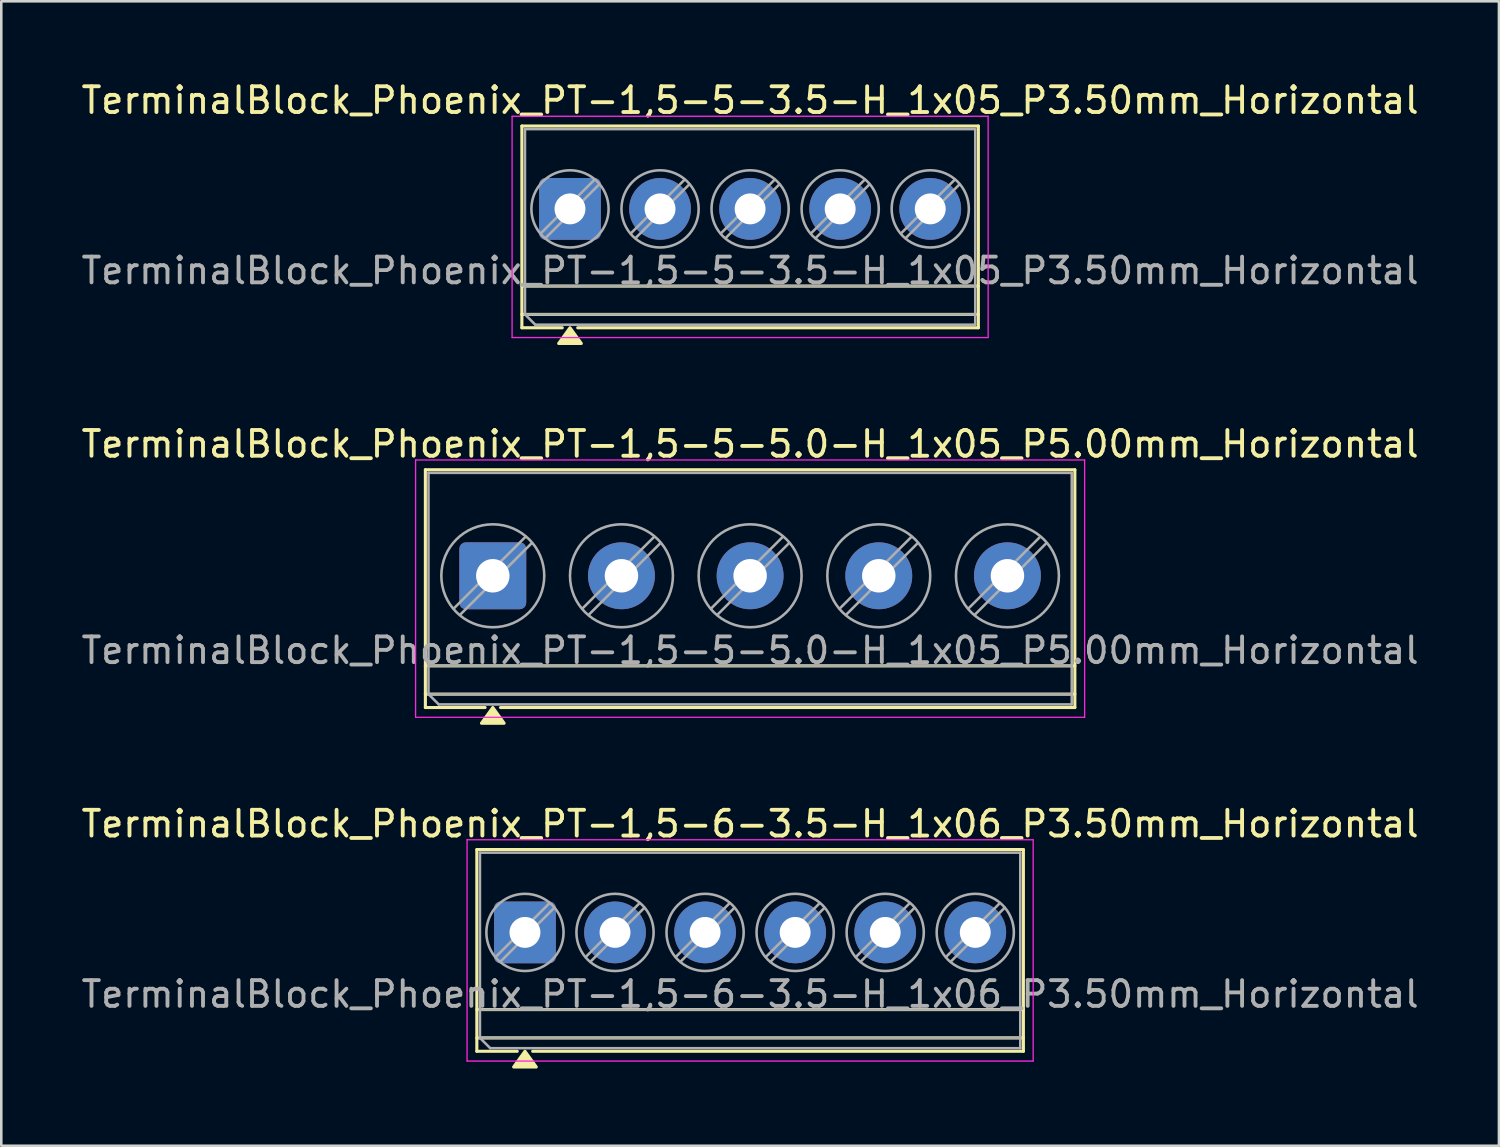
<source format=kicad_pcb>
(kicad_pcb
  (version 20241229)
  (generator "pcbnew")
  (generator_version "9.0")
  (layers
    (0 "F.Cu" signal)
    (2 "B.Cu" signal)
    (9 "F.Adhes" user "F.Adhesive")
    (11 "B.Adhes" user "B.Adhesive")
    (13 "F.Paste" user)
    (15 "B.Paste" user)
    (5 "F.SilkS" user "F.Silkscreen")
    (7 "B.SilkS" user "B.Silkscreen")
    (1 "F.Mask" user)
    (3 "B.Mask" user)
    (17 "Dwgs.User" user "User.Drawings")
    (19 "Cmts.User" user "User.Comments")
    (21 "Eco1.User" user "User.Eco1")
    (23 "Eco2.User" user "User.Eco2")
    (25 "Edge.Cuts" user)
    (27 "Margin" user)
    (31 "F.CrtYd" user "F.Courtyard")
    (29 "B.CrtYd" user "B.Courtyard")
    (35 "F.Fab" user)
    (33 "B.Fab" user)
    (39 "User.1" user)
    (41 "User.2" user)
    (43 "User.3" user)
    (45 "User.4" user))
  (footprint "TerminalBlock_Phoenix_PT-1,5-5-5.0-H_1x05_P5.00mm_Horizontal"
    (layer "F.Cu")
    (at 16.101 19.326)
    (property "Reference" "TerminalBlock_Phoenix_PT-1,5-5-5.0-H_1x05_P5.00mm_Horizontal" (at 10 -5.12 0) (layer "F.SilkS") (effects (font (size 1 1) (thickness 0.15))))
    (attr through_hole)
    (fp_line (start -2.62 -4.12) (end -2.62 5.12) (stroke (width 0.12) (type solid)) (layer "F.SilkS"))
    (fp_line (start -2.62 -4.12) (end 22.62 -4.12) (stroke (width 0.12) (type solid)) (layer "F.SilkS"))
    (fp_line (start -2.62 3.5) (end 22.62 3.5) (stroke (width 0.12) (type solid)) (layer "F.SilkS"))
    (fp_line (start -2.62 4.6) (end 22.62 4.6) (stroke (width 0.12) (type solid)) (layer "F.SilkS"))
    (fp_line (start -2.62 5.12) (end -0.3 5.12) (stroke (width 0.12) (type solid)) (layer "F.SilkS"))
    (fp_line (start 0.3 5.12) (end 22.62 5.12) (stroke (width 0.12) (type solid)) (layer "F.SilkS"))
    (fp_line (start 22.62 -4.12) (end 22.62 5.12) (stroke (width 0.12) (type solid)) (layer "F.SilkS"))
    (fp_poly (pts (xy 0 5.12) (xy 0.44 5.73) (xy -0.44 5.73)) (stroke (width 0.12) (type solid)) (fill yes) (layer "F.SilkS"))
    (fp_line (start -3 -4.5) (end -3 5.5) (stroke (width 0.05) (type solid)) (layer "F.CrtYd"))
    (fp_line (start -3 5.5) (end 23 5.5) (stroke (width 0.05) (type solid)) (layer "F.CrtYd"))
    (fp_line (start 23 -4.5) (end -3 -4.5) (stroke (width 0.05) (type solid)) (layer "F.CrtYd"))
    (fp_line (start 23 5.5) (end 23 -4.5) (stroke (width 0.05) (type solid)) (layer "F.CrtYd"))
    (fp_line (start -2.5 -4) (end 22.5 -4) (stroke (width 0.1) (type solid)) (layer "F.Fab"))
    (fp_line (start -2.5 3.5) (end 22.5 3.5) (stroke (width 0.1) (type solid)) (layer "F.Fab"))
    (fp_line (start -2.5 4.6) (end -2.5 -4) (stroke (width 0.1) (type solid)) (layer "F.Fab"))
    (fp_line (start -2.5 4.6) (end 22.5 4.6) (stroke (width 0.1) (type solid)) (layer "F.Fab"))
    (fp_line (start -2.1 5) (end -2.5 4.6) (stroke (width 0.1) (type solid)) (layer "F.Fab"))
    (fp_line (start 1.273 -1.517) (end -1.517 1.272) (stroke (width 0.1) (type solid)) (layer "F.Fab"))
    (fp_line (start 1.517 -1.273) (end -1.273 1.517) (stroke (width 0.1) (type solid)) (layer "F.Fab"))
    (fp_line (start 6.273 -1.517) (end 3.483 1.272) (stroke (width 0.1) (type solid)) (layer "F.Fab"))
    (fp_line (start 6.517 -1.273) (end 3.727 1.517) (stroke (width 0.1) (type solid)) (layer "F.Fab"))
    (fp_line (start 11.273 -1.517) (end 8.483 1.272) (stroke (width 0.1) (type solid)) (layer "F.Fab"))
    (fp_line (start 11.517 -1.273) (end 8.727 1.517) (stroke (width 0.1) (type solid)) (layer "F.Fab"))
    (fp_line (start 16.273 -1.517) (end 13.483 1.272) (stroke (width 0.1) (type solid)) (layer "F.Fab"))
    (fp_line (start 16.517 -1.273) (end 13.727 1.517) (stroke (width 0.1) (type solid)) (layer "F.Fab"))
    (fp_line (start 21.273 -1.517) (end 18.483 1.272) (stroke (width 0.1) (type solid)) (layer "F.Fab"))
    (fp_line (start 21.517 -1.273) (end 18.727 1.517) (stroke (width 0.1) (type solid)) (layer "F.Fab"))
    (fp_line (start 22.5 -4) (end 22.5 5) (stroke (width 0.1) (type solid)) (layer "F.Fab"))
    (fp_line (start 22.5 5) (end -2.1 5) (stroke (width 0.1) (type solid)) (layer "F.Fab"))
    (fp_circle (center 0 0) (end 2 0) (stroke (width 0.1) (type solid)) (fill no) (layer "F.Fab"))
    (fp_circle (center 5 0) (end 7 0) (stroke (width 0.1) (type solid)) (fill no) (layer "F.Fab"))
    (fp_circle (center 10 0) (end 12 0) (stroke (width 0.1) (type solid)) (fill no) (layer "F.Fab"))
    (fp_circle (center 15 0) (end 17 0) (stroke (width 0.1) (type solid)) (fill no) (layer "F.Fab"))
    (fp_circle (center 20 0) (end 22 0) (stroke (width 0.1) (type solid)) (fill no) (layer "F.Fab"))
    (fp_text user "${REFERENCE}" (at 10 2.9 0) (layer "F.Fab") (effects (font (size 1 1) (thickness 0.15))))
    (pad "1" thru_hole roundrect (at 0 0) (size 2.6 2.6) (drill 1.3) (layers "*.Cu" "*.Mask") (roundrect_rratio 0.096))
    (pad "2" thru_hole circle (at 5 0) (size 2.6 2.6) (drill 1.3) (layers "*.Cu" "*.Mask"))
    (pad "3" thru_hole circle (at 10 0) (size 2.6 2.6) (drill 1.3) (layers "*.Cu" "*.Mask"))
    (pad "4" thru_hole circle (at 15 0) (size 2.6 2.6) (drill 1.3) (layers "*.Cu" "*.Mask"))
    (pad "5" thru_hole circle (at 20 0) (size 2.6 2.6) (drill 1.3) (layers "*.Cu" "*.Mask")))
  (footprint "TerminalBlock_Phoenix_PT-1,5-6-3.5-H_1x06_P3.50mm_Horizontal"
    (layer "F.Cu")
    (at 17.351 33.185)
    (property "Reference" "TerminalBlock_Phoenix_PT-1,5-6-3.5-H_1x06_P3.50mm_Horizontal" (at 8.75 -4.22 0) (layer "F.SilkS") (effects (font (size 1 1) (thickness 0.15))))
    (attr through_hole)
    (fp_line (start -1.87 -3.22) (end -1.87 4.62) (stroke (width 0.12) (type solid)) (layer "F.SilkS"))
    (fp_line (start -1.87 -3.22) (end 19.37 -3.22) (stroke (width 0.12) (type solid)) (layer "F.SilkS"))
    (fp_line (start -1.87 3) (end 19.37 3) (stroke (width 0.12) (type solid)) (layer "F.SilkS"))
    (fp_line (start -1.87 4.1) (end 19.37 4.1) (stroke (width 0.12) (type solid)) (layer "F.SilkS"))
    (fp_line (start -1.87 4.62) (end -0.3 4.62) (stroke (width 0.12) (type solid)) (layer "F.SilkS"))
    (fp_line (start 0.3 4.62) (end 19.37 4.62) (stroke (width 0.12) (type solid)) (layer "F.SilkS"))
    (fp_line (start 19.37 -3.22) (end 19.37 4.62) (stroke (width 0.12) (type solid)) (layer "F.SilkS"))
    (fp_poly (pts (xy 0 4.62) (xy 0.44 5.23) (xy -0.44 5.23)) (stroke (width 0.12) (type solid)) (fill yes) (layer "F.SilkS"))
    (fp_line (start -2.25 -3.6) (end -2.25 5) (stroke (width 0.05) (type solid)) (layer "F.CrtYd"))
    (fp_line (start -2.25 5) (end 19.75 5) (stroke (width 0.05) (type solid)) (layer "F.CrtYd"))
    (fp_line (start 19.75 -3.6) (end -2.25 -3.6) (stroke (width 0.05) (type solid)) (layer "F.CrtYd"))
    (fp_line (start 19.75 5) (end 19.75 -3.6) (stroke (width 0.05) (type solid)) (layer "F.CrtYd"))
    (fp_line (start -1.75 -3.1) (end 19.25 -3.1) (stroke (width 0.1) (type solid)) (layer "F.Fab"))
    (fp_line (start -1.75 3) (end 19.25 3) (stroke (width 0.1) (type solid)) (layer "F.Fab"))
    (fp_line (start -1.75 4.1) (end -1.75 -3.1) (stroke (width 0.1) (type solid)) (layer "F.Fab"))
    (fp_line (start -1.75 4.1) (end 19.25 4.1) (stroke (width 0.1) (type solid)) (layer "F.Fab"))
    (fp_line (start -1.35 4.5) (end -1.75 4.1) (stroke (width 0.1) (type solid)) (layer "F.Fab"))
    (fp_line (start 0.955 -1.138) (end -1.138 0.954) (stroke (width 0.1) (type solid)) (layer "F.Fab"))
    (fp_line (start 1.138 -0.954) (end -0.955 1.137) (stroke (width 0.1) (type solid)) (layer "F.Fab"))
    (fp_line (start 4.455 -1.138) (end 2.362 0.954) (stroke (width 0.1) (type solid)) (layer "F.Fab"))
    (fp_line (start 4.638 -0.954) (end 2.545 1.137) (stroke (width 0.1) (type solid)) (layer "F.Fab"))
    (fp_line (start 7.955 -1.138) (end 5.862 0.954) (stroke (width 0.1) (type solid)) (layer "F.Fab"))
    (fp_line (start 8.138 -0.954) (end 6.045 1.137) (stroke (width 0.1) (type solid)) (layer "F.Fab"))
    (fp_line (start 11.455 -1.138) (end 9.362 0.954) (stroke (width 0.1) (type solid)) (layer "F.Fab"))
    (fp_line (start 11.638 -0.954) (end 9.545 1.137) (stroke (width 0.1) (type solid)) (layer "F.Fab"))
    (fp_line (start 14.955 -1.138) (end 12.862 0.954) (stroke (width 0.1) (type solid)) (layer "F.Fab"))
    (fp_line (start 15.138 -0.954) (end 13.045 1.137) (stroke (width 0.1) (type solid)) (layer "F.Fab"))
    (fp_line (start 18.455 -1.138) (end 16.362 0.954) (stroke (width 0.1) (type solid)) (layer "F.Fab"))
    (fp_line (start 18.638 -0.954) (end 16.545 1.137) (stroke (width 0.1) (type solid)) (layer "F.Fab"))
    (fp_line (start 19.25 -3.1) (end 19.25 4.5) (stroke (width 0.1) (type solid)) (layer "F.Fab"))
    (fp_line (start 19.25 4.5) (end -1.35 4.5) (stroke (width 0.1) (type solid)) (layer "F.Fab"))
    (fp_circle (center 0 0) (end 1.5 0) (stroke (width 0.1) (type solid)) (fill no) (layer "F.Fab"))
    (fp_circle (center 3.5 0) (end 5 0) (stroke (width 0.1) (type solid)) (fill no) (layer "F.Fab"))
    (fp_circle (center 7 0) (end 8.5 0) (stroke (width 0.1) (type solid)) (fill no) (layer "F.Fab"))
    (fp_circle (center 10.5 0) (end 12 0) (stroke (width 0.1) (type solid)) (fill no) (layer "F.Fab"))
    (fp_circle (center 14 0) (end 15.5 0) (stroke (width 0.1) (type solid)) (fill no) (layer "F.Fab"))
    (fp_circle (center 17.5 0) (end 19 0) (stroke (width 0.1) (type solid)) (fill no) (layer "F.Fab"))
    (fp_text user "${REFERENCE}" (at 8.75 2.4 0) (layer "F.Fab") (effects (font (size 1 1) (thickness 0.15))))
    (pad "1" thru_hole roundrect (at 0 0) (size 2.4 2.4) (drill 1.2) (layers "*.Cu" "*.Mask") (roundrect_rratio 0.104))
    (pad "2" thru_hole circle (at 3.5 0) (size 2.4 2.4) (drill 1.2) (layers "*.Cu" "*.Mask"))
    (pad "3" thru_hole circle (at 7 0) (size 2.4 2.4) (drill 1.2) (layers "*.Cu" "*.Mask"))
    (pad "4" thru_hole circle (at 10.5 0) (size 2.4 2.4) (drill 1.2) (layers "*.Cu" "*.Mask"))
    (pad "5" thru_hole circle (at 14 0) (size 2.4 2.4) (drill 1.2) (layers "*.Cu" "*.Mask"))
    (pad "6" thru_hole circle (at 17.5 0) (size 2.4 2.4) (drill 1.2) (layers "*.Cu" "*.Mask")))
  (footprint "TerminalBlock_Phoenix_PT-1,5-5-3.5-H_1x05_P3.50mm_Horizontal"
    (layer "F.Cu")
    (at 19.101 5.068)
    (property "Reference" "TerminalBlock_Phoenix_PT-1,5-5-3.5-H_1x05_P3.50mm_Horizontal" (at 7 -4.22 0) (layer "F.SilkS") (effects (font (size 1 1) (thickness 0.15))))
    (attr through_hole)
    (fp_line (start -1.87 -3.22) (end -1.87 4.62) (stroke (width 0.12) (type solid)) (layer "F.SilkS"))
    (fp_line (start -1.87 -3.22) (end 15.87 -3.22) (stroke (width 0.12) (type solid)) (layer "F.SilkS"))
    (fp_line (start -1.87 3) (end 15.87 3) (stroke (width 0.12) (type solid)) (layer "F.SilkS"))
    (fp_line (start -1.87 4.1) (end 15.87 4.1) (stroke (width 0.12) (type solid)) (layer "F.SilkS"))
    (fp_line (start -1.87 4.62) (end -0.3 4.62) (stroke (width 0.12) (type solid)) (layer "F.SilkS"))
    (fp_line (start 0.3 4.62) (end 15.87 4.62) (stroke (width 0.12) (type solid)) (layer "F.SilkS"))
    (fp_line (start 15.87 -3.22) (end 15.87 4.62) (stroke (width 0.12) (type solid)) (layer "F.SilkS"))
    (fp_poly (pts (xy 0 4.62) (xy 0.44 5.23) (xy -0.44 5.23)) (stroke (width 0.12) (type solid)) (fill yes) (layer "F.SilkS"))
    (fp_line (start -2.25 -3.6) (end -2.25 5) (stroke (width 0.05) (type solid)) (layer "F.CrtYd"))
    (fp_line (start -2.25 5) (end 16.25 5) (stroke (width 0.05) (type solid)) (layer "F.CrtYd"))
    (fp_line (start 16.25 -3.6) (end -2.25 -3.6) (stroke (width 0.05) (type solid)) (layer "F.CrtYd"))
    (fp_line (start 16.25 5) (end 16.25 -3.6) (stroke (width 0.05) (type solid)) (layer "F.CrtYd"))
    (fp_line (start -1.75 -3.1) (end 15.75 -3.1) (stroke (width 0.1) (type solid)) (layer "F.Fab"))
    (fp_line (start -1.75 3) (end 15.75 3) (stroke (width 0.1) (type solid)) (layer "F.Fab"))
    (fp_line (start -1.75 4.1) (end -1.75 -3.1) (stroke (width 0.1) (type solid)) (layer "F.Fab"))
    (fp_line (start -1.75 4.1) (end 15.75 4.1) (stroke (width 0.1) (type solid)) (layer "F.Fab"))
    (fp_line (start -1.35 4.5) (end -1.75 4.1) (stroke (width 0.1) (type solid)) (layer "F.Fab"))
    (fp_line (start 0.955 -1.138) (end -1.138 0.954) (stroke (width 0.1) (type solid)) (layer "F.Fab"))
    (fp_line (start 1.138 -0.954) (end -0.955 1.137) (stroke (width 0.1) (type solid)) (layer "F.Fab"))
    (fp_line (start 4.455 -1.138) (end 2.362 0.954) (stroke (width 0.1) (type solid)) (layer "F.Fab"))
    (fp_line (start 4.638 -0.954) (end 2.545 1.137) (stroke (width 0.1) (type solid)) (layer "F.Fab"))
    (fp_line (start 7.955 -1.138) (end 5.862 0.954) (stroke (width 0.1) (type solid)) (layer "F.Fab"))
    (fp_line (start 8.138 -0.954) (end 6.045 1.137) (stroke (width 0.1) (type solid)) (layer "F.Fab"))
    (fp_line (start 11.455 -1.138) (end 9.362 0.954) (stroke (width 0.1) (type solid)) (layer "F.Fab"))
    (fp_line (start 11.638 -0.954) (end 9.545 1.137) (stroke (width 0.1) (type solid)) (layer "F.Fab"))
    (fp_line (start 14.955 -1.138) (end 12.862 0.954) (stroke (width 0.1) (type solid)) (layer "F.Fab"))
    (fp_line (start 15.138 -0.954) (end 13.045 1.137) (stroke (width 0.1) (type solid)) (layer "F.Fab"))
    (fp_line (start 15.75 -3.1) (end 15.75 4.5) (stroke (width 0.1) (type solid)) (layer "F.Fab"))
    (fp_line (start 15.75 4.5) (end -1.35 4.5) (stroke (width 0.1) (type solid)) (layer "F.Fab"))
    (fp_circle (center 0 0) (end 1.5 0) (stroke (width 0.1) (type solid)) (fill no) (layer "F.Fab"))
    (fp_circle (center 3.5 0) (end 5 0) (stroke (width 0.1) (type solid)) (fill no) (layer "F.Fab"))
    (fp_circle (center 7 0) (end 8.5 0) (stroke (width 0.1) (type solid)) (fill no) (layer "F.Fab"))
    (fp_circle (center 10.5 0) (end 12 0) (stroke (width 0.1) (type solid)) (fill no) (layer "F.Fab"))
    (fp_circle (center 14 0) (end 15.5 0) (stroke (width 0.1) (type solid)) (fill no) (layer "F.Fab"))
    (fp_text user "${REFERENCE}" (at 7 2.4 0) (layer "F.Fab") (effects (font (size 1 1) (thickness 0.15))))
    (pad "1" thru_hole roundrect (at 0 0) (size 2.4 2.4) (drill 1.2) (layers "*.Cu" "*.Mask") (roundrect_rratio 0.104))
    (pad "2" thru_hole circle (at 3.5 0) (size 2.4 2.4) (drill 1.2) (layers "*.Cu" "*.Mask"))
    (pad "3" thru_hole circle (at 7 0) (size 2.4 2.4) (drill 1.2) (layers "*.Cu" "*.Mask"))
    (pad "4" thru_hole circle (at 10.5 0) (size 2.4 2.4) (drill 1.2) (layers "*.Cu" "*.Mask"))
    (pad "5" thru_hole circle (at 14 0) (size 2.4 2.4) (drill 1.2) (layers "*.Cu" "*.Mask")))
  (gr_rect
    (start -3 -3)
    (end 55.202 41.475)
    (stroke (width 0.1) (type default))
    (fill no)
    (layer "Edge.Cuts")))
</source>
